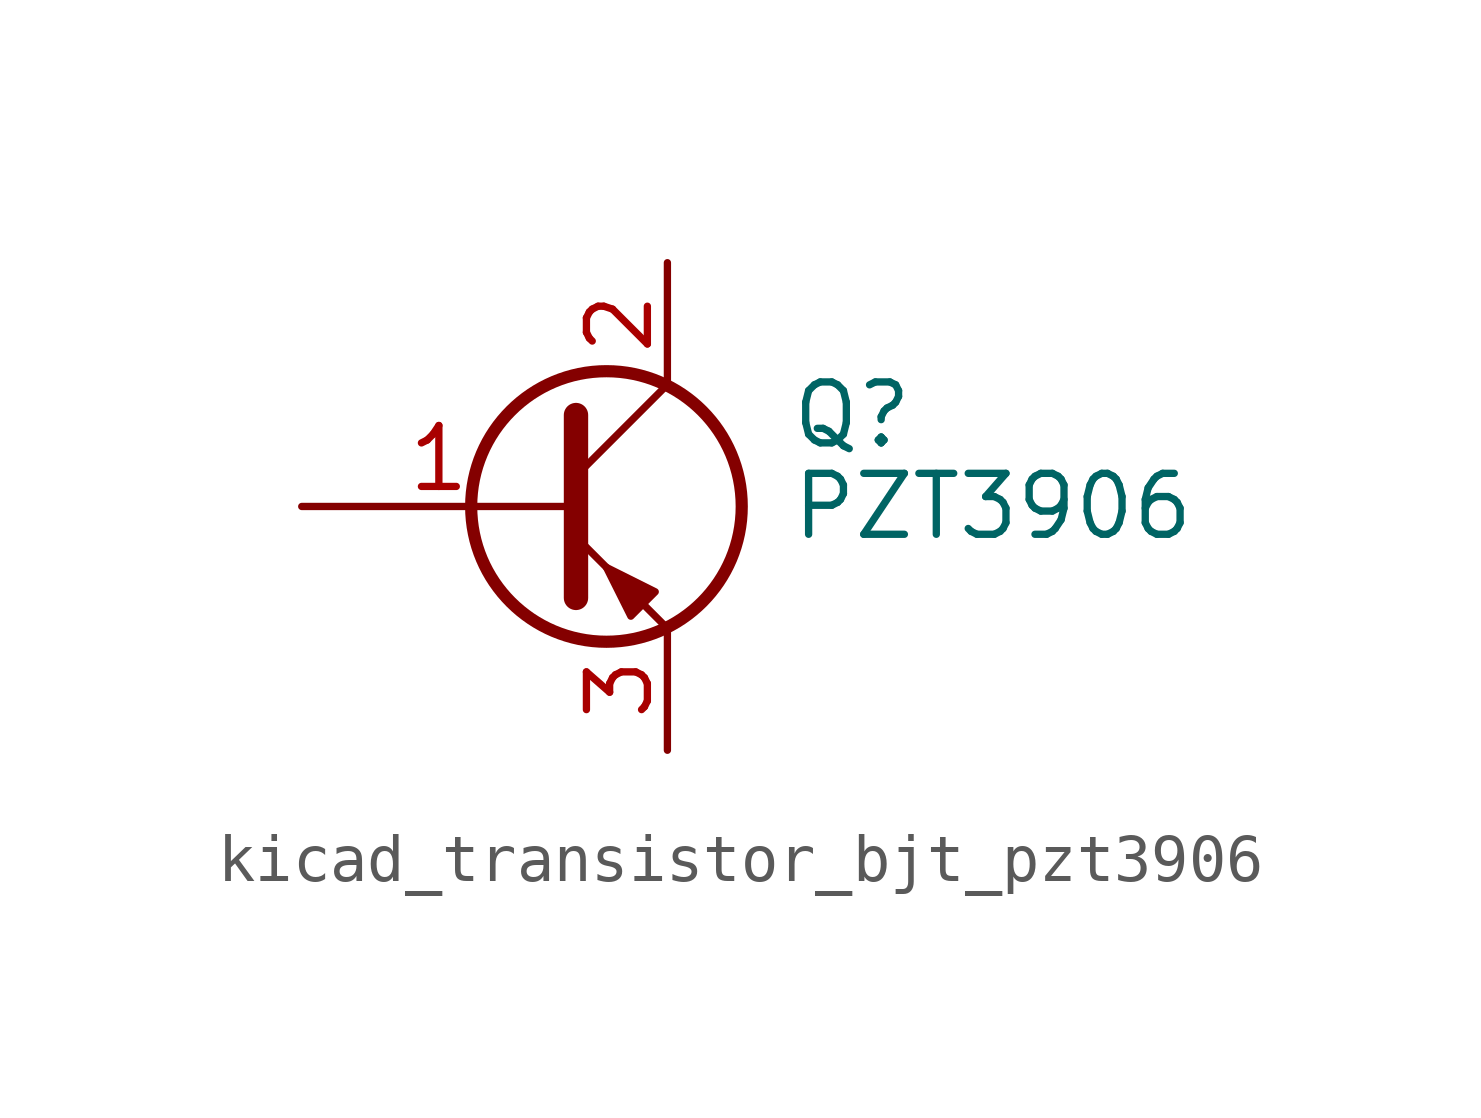
<source format=kicad_sym>
(kicad_symbol_lib
  (version 20220914)
  (generator kicad_symbol_editor)
  (symbol "kicad_transistor_bjt_pzt3906"
    (pin_names
      (offset 0) hide)
    (property "Reference" "Q"
      (at 5.08 1.905 0)
      (effects (font (size 1.27 1.27)) (justify left)))
    (property "Value" "PZT3906"
      (at 5.08 0 0)
      (effects (font (size 1.27 1.27)) (justify left)))
    (symbol "kicad_transistor_bjt_pzt3906_0_1"
      (polyline (pts (xy 0.635 0.635) (xy 2.54 2.54)) (stroke (width 0) (type default)) (fill (type none)))
      (polyline (pts (xy 0.635 -0.635) (xy 2.54 -2.54) (xy 2.54 -2.54)) (stroke (width 0) (type default)) (fill (type none)))
      (polyline (pts (xy 0.635 1.905) (xy 0.635 -1.905) (xy 0.635 -1.905)) (stroke (width 0.508) (type default)) (fill (type none)))
      (polyline (pts (xy 2.286 -1.778) (xy 1.778 -2.286) (xy 1.27 -1.27) (xy 2.286 -1.778) (xy 2.286 -1.778)) (stroke (width 0) (type default)) (fill (type outline)))
      (circle (center 1.27 0) (radius 2.819) (stroke (width 0.254) (type default)) (fill (type none))))
    (symbol "kicad_transistor_bjt_pzt3906_1_1"
      (pin input line (at -5.08 0 0) (length 5.715) (name "B" (effects (font (size 1.27 1.27)))) (number "1" (effects (font (size 1.27 1.27)))))
      (pin passive line (at 2.54 5.08 270) (length 2.54) (name "C" (effects (font (size 1.27 1.27)))) (number "2" (effects (font (size 1.27 1.27)))))
      (pin passive line (at 2.54 -5.08 90) (length 2.54) (name "E" (effects (font (size 1.27 1.27)))) (number "3" (effects (font (size 1.27 1.27)))))
      (pin passive line (at 2.54 5.08 270) (length 2.54) hide (name "C" (effects (font (size 1.27 1.27)))) (number "4" (effects (font (size 1.27 1.27))))))))
</source>
